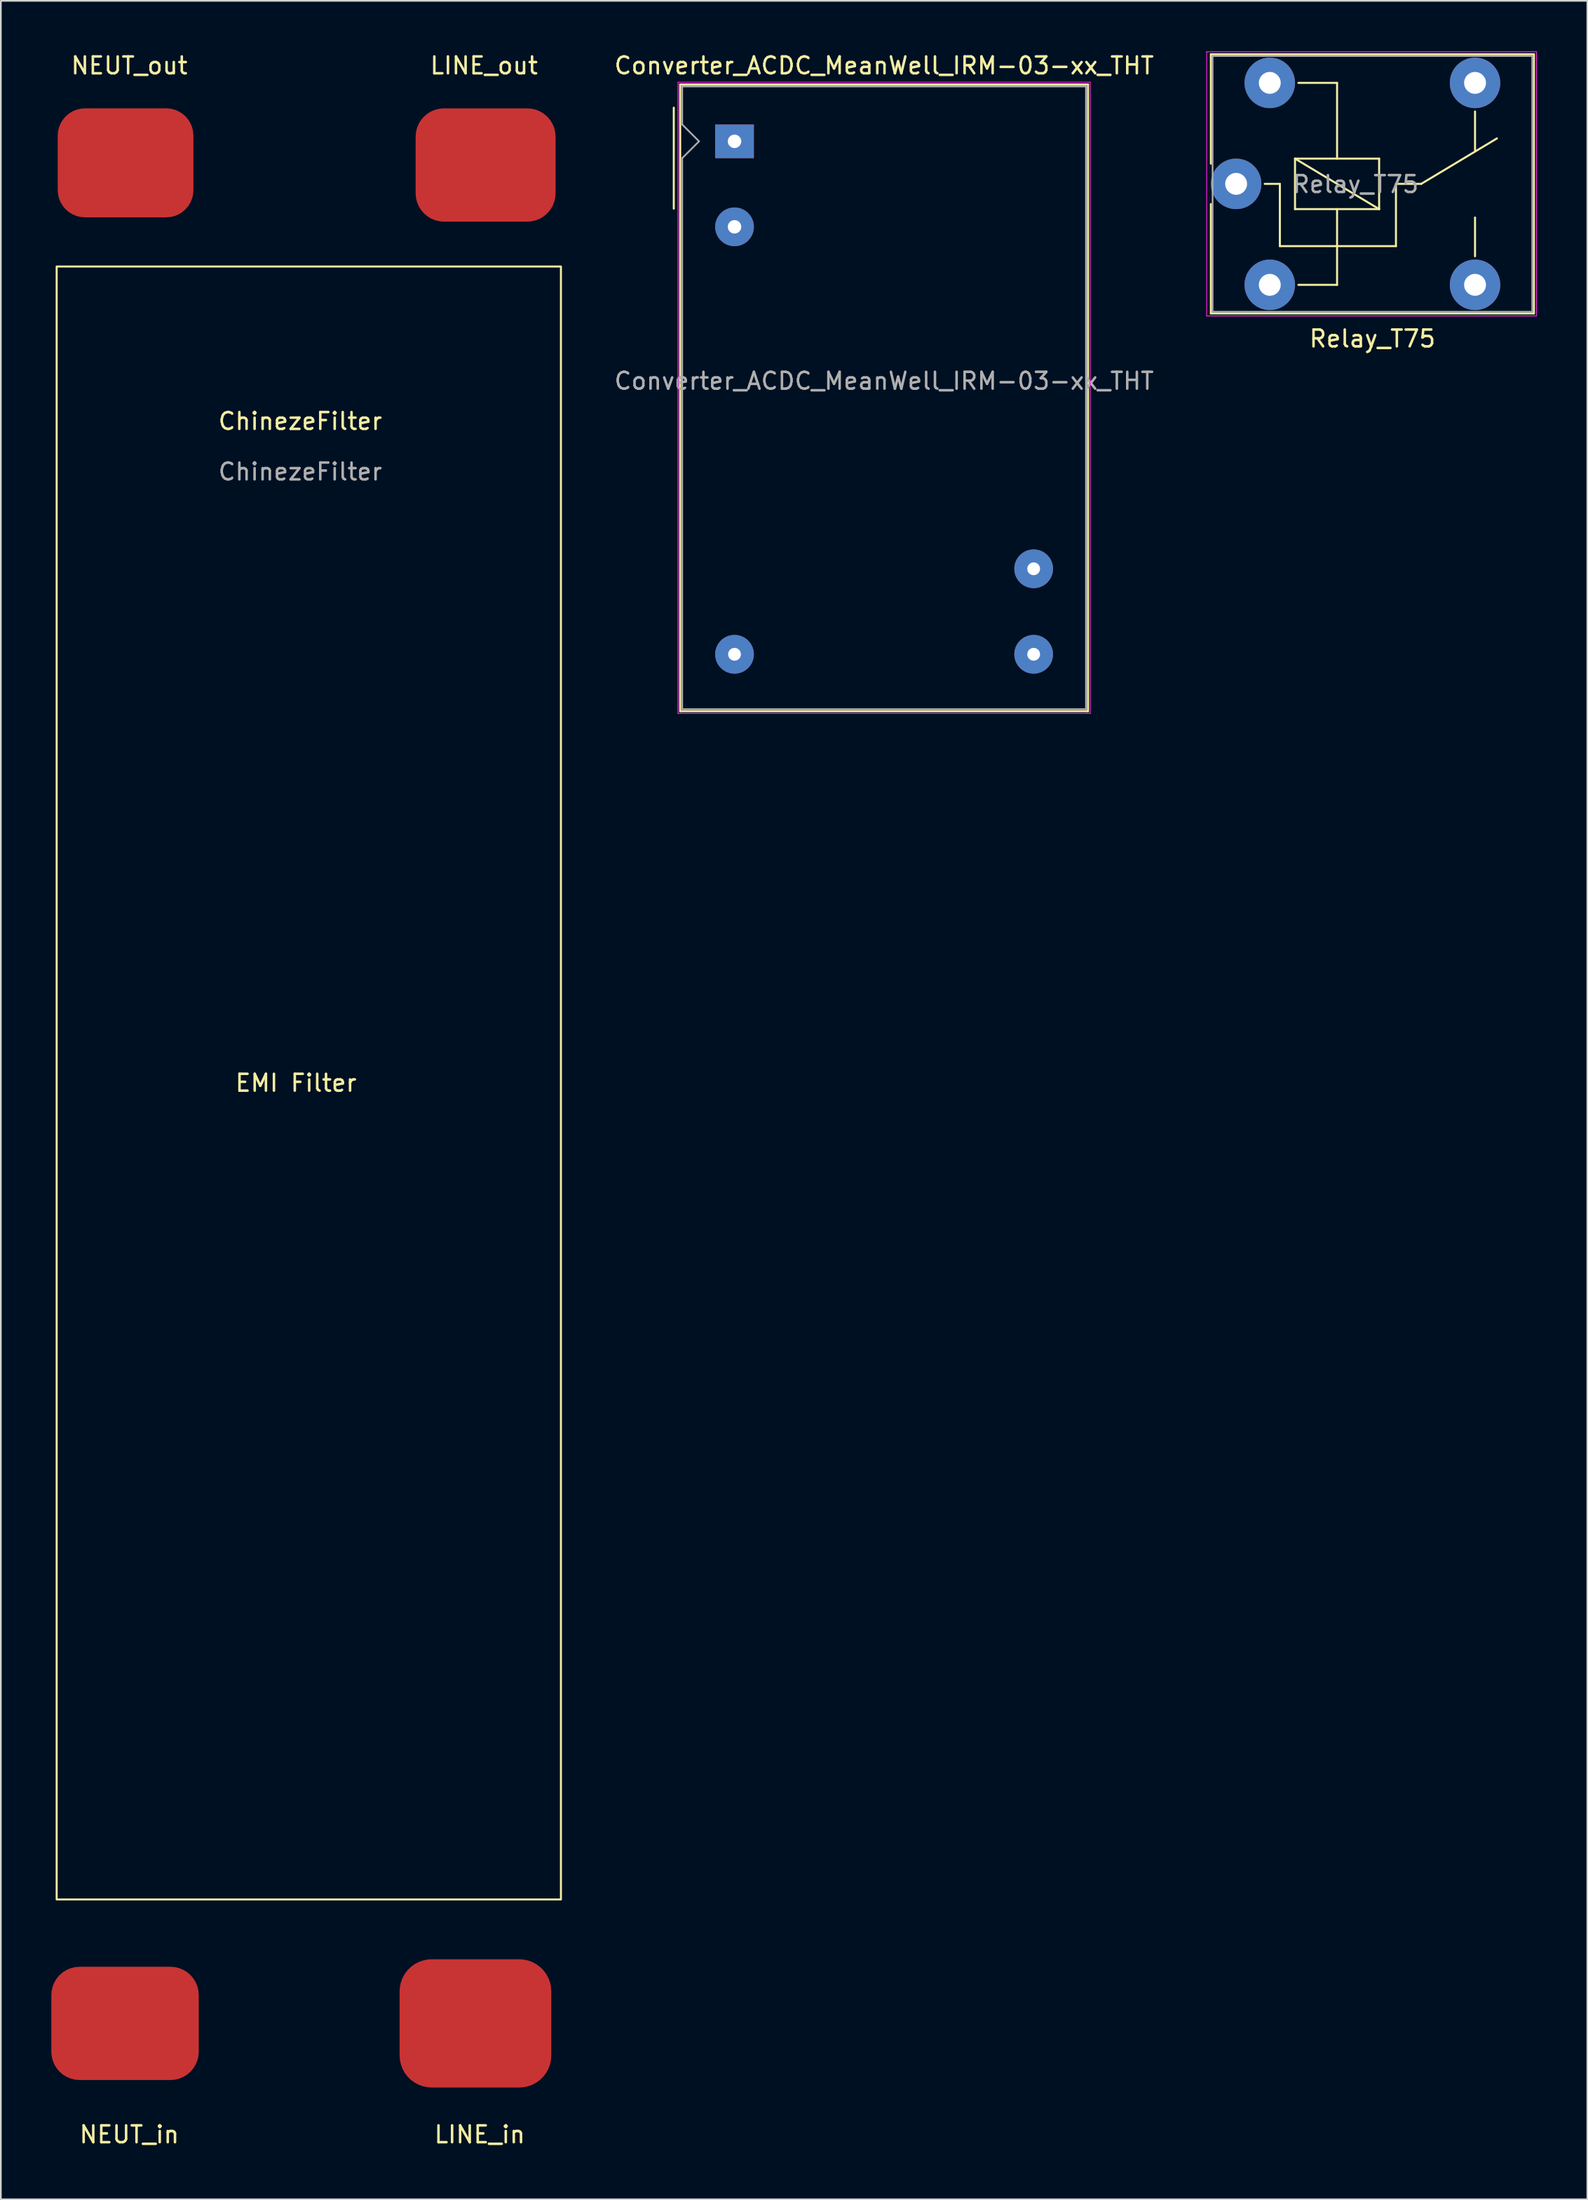
<source format=kicad_pcb>
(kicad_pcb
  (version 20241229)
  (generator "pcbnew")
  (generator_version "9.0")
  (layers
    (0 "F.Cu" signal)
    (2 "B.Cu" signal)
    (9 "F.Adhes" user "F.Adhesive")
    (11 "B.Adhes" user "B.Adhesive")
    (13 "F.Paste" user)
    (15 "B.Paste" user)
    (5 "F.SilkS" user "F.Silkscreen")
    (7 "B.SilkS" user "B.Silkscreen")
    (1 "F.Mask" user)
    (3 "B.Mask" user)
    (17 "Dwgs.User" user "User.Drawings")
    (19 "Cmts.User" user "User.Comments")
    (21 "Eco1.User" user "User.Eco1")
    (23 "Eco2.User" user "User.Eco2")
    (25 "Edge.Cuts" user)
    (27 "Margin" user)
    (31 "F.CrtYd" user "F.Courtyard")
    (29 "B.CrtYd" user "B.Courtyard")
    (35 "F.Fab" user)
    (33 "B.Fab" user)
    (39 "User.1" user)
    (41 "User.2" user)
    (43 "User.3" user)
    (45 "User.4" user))
  (footprint "Converter_ACDC_MeanWell_IRM-03-xx_THT"
    (layer "F.Cu")
    (at 40.608 5.348)
    (property "Reference" "Converter_ACDC_MeanWell_IRM-03-xx_THT" (at 8.89 -4.5 0) (layer "F.SilkS") (effects (font (size 1 1) (thickness 0.15))))
    (attr through_hole)
    (fp_line (start -3.61 -2) (end -3.61 4) (stroke (width 0.12) (type solid)) (layer "F.SilkS"))
    (fp_line (start -3.23 -3.38) (end -3.23 33.86) (stroke (width 0.12) (type solid)) (layer "F.SilkS"))
    (fp_line (start -3.23 33.86) (end 21.01 33.86) (stroke (width 0.12) (type solid)) (layer "F.SilkS"))
    (fp_line (start 21.01 -3.38) (end -3.23 -3.38) (stroke (width 0.12) (type solid)) (layer "F.SilkS"))
    (fp_line (start 21.01 -3.38) (end 21.01 33.86) (stroke (width 0.12) (type solid)) (layer "F.SilkS"))
    (fp_line (start -3.36 -3.51) (end -3.36 33.99) (stroke (width 0.05) (type solid)) (layer "F.CrtYd"))
    (fp_line (start 21.14 -3.51) (end -3.36 -3.51) (stroke (width 0.05) (type solid)) (layer "F.CrtYd"))
    (fp_line (start 21.14 -3.51) (end 21.14 33.99) (stroke (width 0.05) (type solid)) (layer "F.CrtYd"))
    (fp_line (start 21.14 33.99) (end -3.36 33.99) (stroke (width 0.05) (type solid)) (layer "F.CrtYd"))
    (fp_line (start -3.11 -1) (end -3.11 -3.26) (stroke (width 0.1) (type solid)) (layer "F.Fab"))
    (fp_line (start -3.11 1) (end -3.11 33.74) (stroke (width 0.1) (type solid)) (layer "F.Fab"))
    (fp_line (start -3.11 1) (end -2.11 0) (stroke (width 0.1) (type solid)) (layer "F.Fab"))
    (fp_line (start -2.11 0) (end -3.11 -1) (stroke (width 0.1) (type solid)) (layer "F.Fab"))
    (fp_line (start 20.89 -3.26) (end -3.11 -3.26) (stroke (width 0.1) (type solid)) (layer "F.Fab"))
    (fp_line (start 20.89 -3.26) (end 20.89 33.74) (stroke (width 0.1) (type solid)) (layer "F.Fab"))
    (fp_line (start 20.89 33.74) (end -3.11 33.74) (stroke (width 0.1) (type solid)) (layer "F.Fab"))
    (fp_text user "${REFERENCE}" (at 8.89 14.24 0) (layer "F.Fab") (effects (font (size 1 1) (thickness 0.15))))
    (pad "1" thru_hole rect (at 0 0) (size 2.3 2) (drill 0.8) (layers "*.Cu" "*.Mask"))
    (pad "2" thru_hole circle (at 0 5.08) (size 2.3 2.3) (drill 0.8) (layers "*.Cu" "*.Mask"))
    (pad "3" thru_hole circle (at 17.78 25.4) (size 2.3 2.3) (drill 0.76) (layers "*.Cu" "*.Mask"))
    (pad "4" thru_hole circle (at 17.78 30.48) (size 2.3 2.3) (drill 0.76) (layers "*.Cu" "*.Mask"))
    (pad "5" thru_hole circle (at 0 30.48) (size 2.3 2.3) (drill 0.76) (layers "*.Cu" "*.Mask")))
  (footprint "ChinezeFilter"
    (layer "F.Cu")
    (at 15.05 2.118)
    (property "Reference" "ChinezeFilter" (at -0.254 19.86 0) (unlocked yes) (layer "F.SilkS") (effects (font (size 1 1) (thickness 0.15))))
    (attr smd)
    (fp_rect (start -14.732 10.668) (end 15.24 107.696) (stroke (width 0.12) (type solid)) (fill no) (layer "F.SilkS"))
    (fp_text user "LINE_out" (at 10.668 -1.27 0) (unlocked yes) (layer "F.SilkS") (effects (font (size 1 1) (thickness 0.15))))
    (fp_text user "LINE_in" (at 10.414 121.666 0) (unlocked yes) (layer "F.SilkS") (effects (font (size 1 1) (thickness 0.15))))
    (fp_text user "EMI Filter" (at -0.508 59.182 0) (unlocked yes) (layer "F.SilkS") (effects (font (size 1 1) (thickness 0.15))))
    (fp_text user "NEUT_in" (at -10.414 121.666 0) (unlocked yes) (layer "F.SilkS") (effects (font (size 1 1) (thickness 0.15))))
    (fp_text user "NEUT_out" (at -10.414 -1.27 0) (unlocked yes) (layer "F.SilkS") (effects (font (size 1 1) (thickness 0.15))))
    (fp_text user "${REFERENCE}" (at -0.254 22.86 0) (unlocked yes) (layer "F.Fab") (effects (font (size 1 1) (thickness 0.15))))
    (pad "1" smd roundrect (at -10.636 4.508) (size 8.065 6.477) (layers "F.Cu" "F.Mask" "F.Paste") (roundrect_rratio 0.25))
    (pad "2" smd roundrect (at -10.668 115.062) (size 8.763 6.731) (layers "F.Cu" "F.Mask" "F.Paste") (roundrect_rratio 0.25))
    (pad "3" smd roundrect (at 10.763 4.636) (size 8.319 6.731) (layers "F.Cu" "F.Mask" "F.Paste") (roundrect_rratio 0.25))
    (pad "4" smd roundrect (at 10.16 115.062) (size 9.017 7.62) (layers "F.Cu" "F.Mask" "F.Paste") (roundrect_rratio 0.25)))
  (footprint "Relay_T75"
    (layer "F.Cu")
    (at 70.422 7.875)
    (property "Reference" "Relay_T75" (at 8.1 9.2 0) (layer "F.SilkS") (effects (font (size 1 1) (thickness 0.15))))
    (attr through_hole)
    (fp_line (start -1.5 -7.7) (end -1.5 -1.2) (stroke (width 0.12) (type solid)) (layer "F.SilkS"))
    (fp_line (start -1.5 -7.7) (end 17.7 -7.7) (stroke (width 0.12) (type solid)) (layer "F.SilkS"))
    (fp_line (start -1.5 1.2) (end -1.5 7.7) (stroke (width 0.12) (type solid)) (layer "F.SilkS"))
    (fp_line (start 2.6 0) (end 1.7 0) (stroke (width 0.12) (type solid)) (layer "F.SilkS"))
    (fp_line (start 2.6 0) (end 2.6 3.7) (stroke (width 0.12) (type solid)) (layer "F.SilkS"))
    (fp_line (start 3.5 -1.5) (end 8.5 -1.5) (stroke (width 0.12) (type solid)) (layer "F.SilkS"))
    (fp_line (start 3.5 1.5) (end 3.5 -1.5) (stroke (width 0.12) (type solid)) (layer "F.SilkS"))
    (fp_line (start 3.7 6) (end 6 6) (stroke (width 0.12) (type solid)) (layer "F.SilkS"))
    (fp_line (start 6 -6) (end 3.7 -6) (stroke (width 0.12) (type solid)) (layer "F.SilkS"))
    (fp_line (start 6 -6) (end 6 -1.5) (stroke (width 0.12) (type solid)) (layer "F.SilkS"))
    (fp_line (start 6 1.5) (end 6 6) (stroke (width 0.12) (type solid)) (layer "F.SilkS"))
    (fp_line (start 8.5 -1.5) (end 8.5 1.5) (stroke (width 0.12) (type solid)) (layer "F.SilkS"))
    (fp_line (start 8.5 1.5) (end 3.5 -1.5) (stroke (width 0.12) (type solid)) (layer "F.SilkS"))
    (fp_line (start 8.5 1.5) (end 3.5 1.5) (stroke (width 0.12) (type solid)) (layer "F.SilkS"))
    (fp_line (start 9.5 0) (end 9.5 3.7) (stroke (width 0.12) (type solid)) (layer "F.SilkS"))
    (fp_line (start 9.5 0) (end 11 0) (stroke (width 0.12) (type solid)) (layer "F.SilkS"))
    (fp_line (start 9.5 3.7) (end 2.6 3.7) (stroke (width 0.12) (type solid)) (layer "F.SilkS"))
    (fp_line (start 11 0) (end 15.5 -2.7) (stroke (width 0.12) (type solid)) (layer "F.SilkS"))
    (fp_line (start 14.2 -4.3) (end 14.2 -2) (stroke (width 0.12) (type solid)) (layer "F.SilkS"))
    (fp_line (start 14.2 4.3) (end 14.2 2) (stroke (width 0.12) (type solid)) (layer "F.SilkS"))
    (fp_line (start 17.7 -7.7) (end 17.7 7.7) (stroke (width 0.12) (type solid)) (layer "F.SilkS"))
    (fp_line (start 17.7 7.7) (end -1.5 7.7) (stroke (width 0.12) (type solid)) (layer "F.SilkS"))
    (fp_line (start -1.75 7.85) (end -1.75 -7.85) (stroke (width 0.05) (type solid)) (layer "F.CrtYd"))
    (fp_line (start -1.75 7.85) (end 17.85 7.85) (stroke (width 0.05) (type solid)) (layer "F.CrtYd"))
    (fp_line (start 17.85 -7.85) (end -1.75 -7.85) (stroke (width 0.05) (type solid)) (layer "F.CrtYd"))
    (fp_line (start 17.85 -7.85) (end 17.85 7.85) (stroke (width 0.05) (type solid)) (layer "F.CrtYd"))
    (fp_line (start -1.4 -7.6) (end 17.6 -7.6) (stroke (width 0.1) (type solid)) (layer "F.Fab"))
    (fp_line (start -1.4 7.6) (end -1.4 -7.6) (stroke (width 0.1) (type solid)) (layer "F.Fab"))
    (fp_line (start 17.6 -7.6) (end 17.6 7.6) (stroke (width 0.1) (type solid)) (layer "F.Fab"))
    (fp_line (start 17.6 7.6) (end -1.4 7.6) (stroke (width 0.1) (type solid)) (layer "F.Fab"))
    (fp_text user "${REFERENCE}" (at 7.1 0.025 0) (layer "F.Fab") (effects (font (size 1 1) (thickness 0.15))))
    (pad "1" thru_hole circle (at 2 6) (size 3 3) (drill 1.3) (layers "*.Cu" "*.Mask"))
    (pad "2" thru_hole circle (at 0 0) (size 3 3) (drill 1.3) (layers "*.Cu" "*.Mask"))
    (pad "3" thru_hole circle (at 14.2 6) (size 3 3) (drill 1.3) (layers "*.Cu" "*.Mask"))
    (pad "4" thru_hole circle (at 14.2 -6) (size 3 3) (drill 1.3) (layers "*.Cu" "*.Mask"))
    (pad "5" thru_hole circle (at 2 -6) (size 3 3) (drill 1.3) (layers "*.Cu" "*.Mask")))
  (gr_rect
    (start -3 -3)
    (end 91.297 127.632)
    (stroke (width 0.1) (type default))
    (fill no)
    (layer "Edge.Cuts")))
</source>
